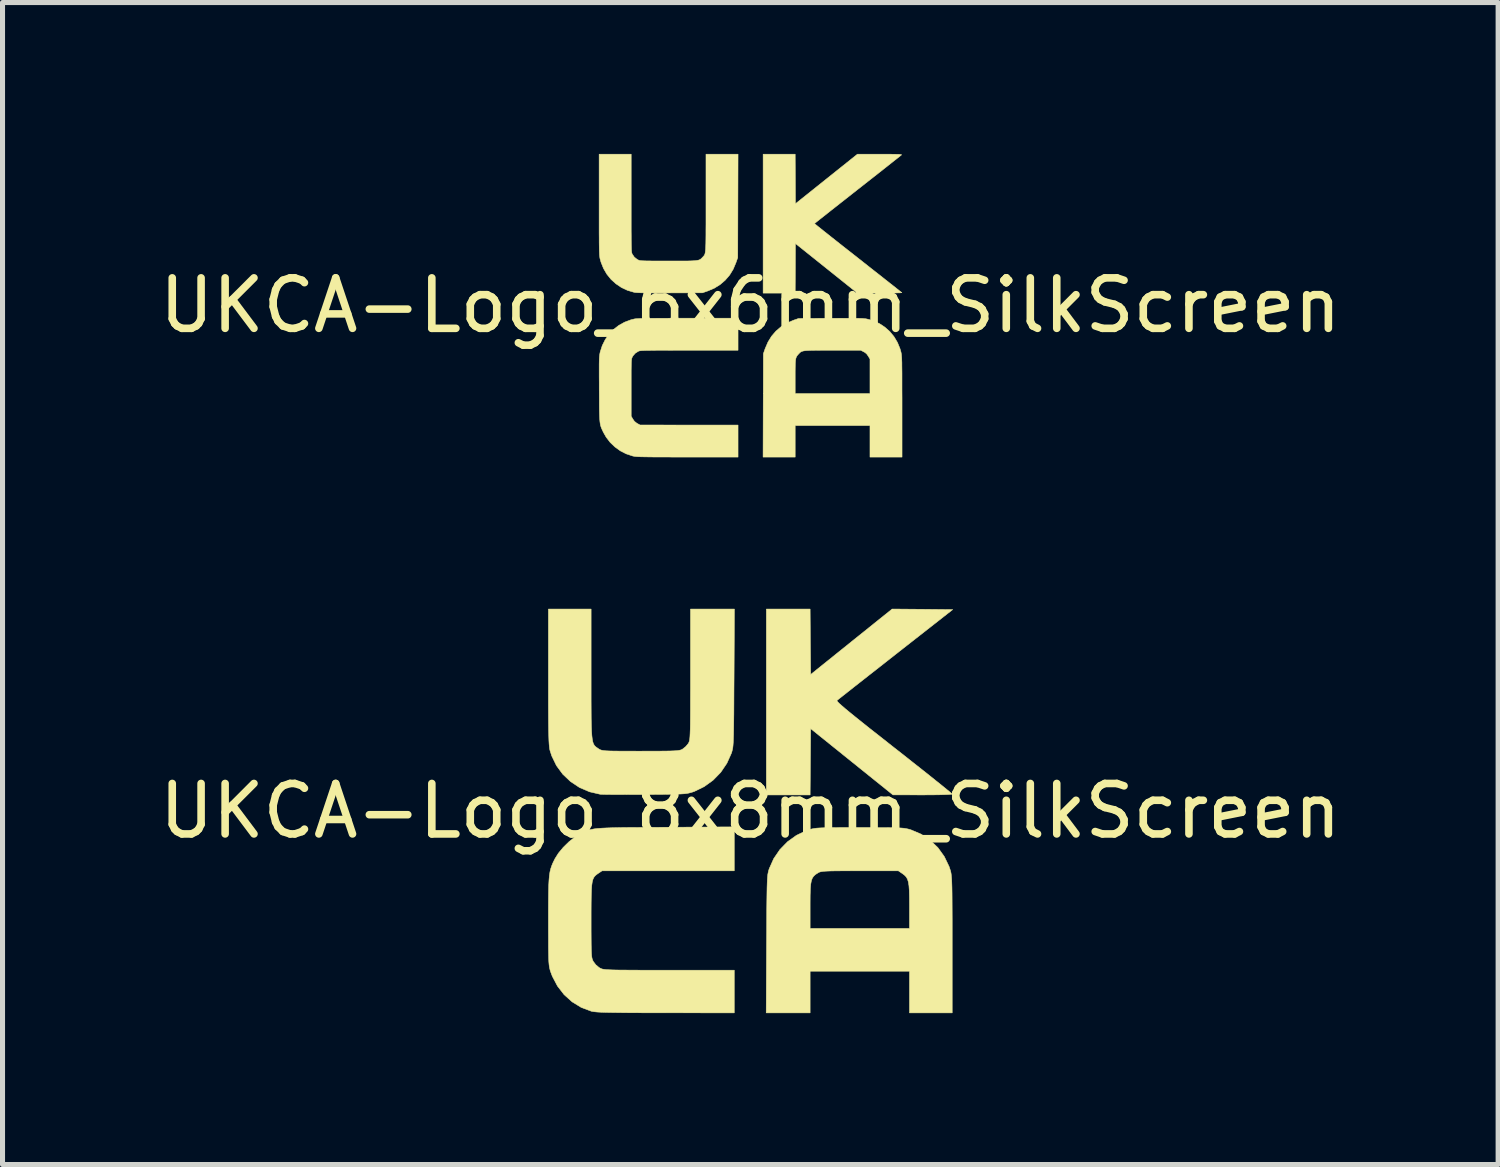
<source format=kicad_pcb>
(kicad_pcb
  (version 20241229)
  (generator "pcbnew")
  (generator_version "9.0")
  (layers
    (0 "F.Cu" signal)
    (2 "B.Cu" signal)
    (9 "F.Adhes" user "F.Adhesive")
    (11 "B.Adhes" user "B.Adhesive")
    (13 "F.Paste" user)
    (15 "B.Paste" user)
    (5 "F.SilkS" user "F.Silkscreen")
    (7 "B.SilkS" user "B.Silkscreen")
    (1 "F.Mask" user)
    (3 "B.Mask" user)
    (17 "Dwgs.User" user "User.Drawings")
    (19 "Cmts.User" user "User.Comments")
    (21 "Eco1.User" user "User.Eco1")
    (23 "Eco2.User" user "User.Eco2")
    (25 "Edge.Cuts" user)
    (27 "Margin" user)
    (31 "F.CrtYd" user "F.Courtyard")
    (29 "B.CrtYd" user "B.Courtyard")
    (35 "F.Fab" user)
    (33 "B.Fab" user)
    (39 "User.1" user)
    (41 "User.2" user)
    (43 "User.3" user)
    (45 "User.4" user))
  (footprint "UKCA-Logo_8x8mm_SilkScreen"
    (layer "F.Cu")
    (at 11.815 13.017)
    (property "Reference" "UKCA-Logo_8x8mm_SilkScreen" (at 0 0 0) (layer "F.SilkS") (effects (font (size 1 1) (thickness 0.15))))
    (attr board_only exclude_from_pos_files exclude_from_bom allow_missing_courtyard)
    (fp_poly (pts (xy 3.41 -3.996) (xy 4.01 -3.99) (xy 2.878 -3.103) (xy 2.686 -2.952) (xy 2.504 -2.809) (xy 2.334 -2.676) (xy 2.179 -2.554) (xy 2.041 -2.446) (xy 1.925 -2.354) (xy 1.831 -2.28) (xy 1.764 -2.227) (xy 1.726 -2.197) (xy 1.718 -2.19) (xy 1.718 -2.181) (xy 1.732 -2.162) (xy 1.762 -2.131) (xy 1.809 -2.089) (xy 1.875 -2.032) (xy 1.963 -1.959) (xy 2.075 -1.868) (xy 2.211 -1.759) (xy 2.375 -1.628) (xy 2.569 -1.476) (xy 2.793 -1.299) (xy 2.845 -1.258) (xy 3.038 -1.107) (xy 3.221 -0.962) (xy 3.391 -0.828) (xy 3.546 -0.705) (xy 3.682 -0.596) (xy 3.798 -0.503) (xy 3.89 -0.428) (xy 3.956 -0.374) (xy 3.993 -0.342) (xy 4 -0.334) (xy 3.98 -0.33) (xy 3.923 -0.326) (xy 3.834 -0.323) (xy 3.719 -0.32) (xy 3.583 -0.319) (xy 3.432 -0.318) (xy 3.413 -0.318) (xy 2.826 -0.319) (xy 2.011 -0.975) (xy 1.196 -1.631) (xy 1.185 -0.318) (xy 0.318 -0.318) (xy 0.318 -4) (xy 1.185 -4) (xy 1.19 -3.352) (xy 1.196 -2.704) (xy 2.003 -3.353) (xy 2.81 -4.001) (xy 3.41 -3.996)) (stroke (width 0.01) (type solid)) (fill yes) (layer "F.SilkS"))
    (fp_poly (pts (xy 2.385 0.328) (xy 2.562 0.329) (xy 2.706 0.329) (xy 2.822 0.331) (xy 2.913 0.334) (xy 2.984 0.337) (xy 3.04 0.342) (xy 3.085 0.349) (xy 3.124 0.357) (xy 3.161 0.367) (xy 3.186 0.375) (xy 3.384 0.459) (xy 3.562 0.578) (xy 3.717 0.727) (xy 3.844 0.904) (xy 3.939 1.102) (xy 3.966 1.184) (xy 3.973 1.212) (xy 3.979 1.246) (xy 3.984 1.291) (xy 3.989 1.349) (xy 3.992 1.423) (xy 3.995 1.518) (xy 3.997 1.635) (xy 3.998 1.779) (xy 3.999 1.953) (xy 4 2.159) (xy 4 2.402) (xy 4 2.65) (xy 4 4) (xy 3.154 4) (xy 3.154 3.175) (xy 1.185 3.175) (xy 1.185 4) (xy 0.315 4) (xy 0.322 2.641) (xy 0.324 2.367) (xy 0.324 2.328) (xy 1.185 2.328) (xy 3.154 2.328) (xy 3.154 1.882) (xy 3.153 1.714) (xy 3.15 1.582) (xy 3.143 1.481) (xy 3.131 1.405) (xy 3.113 1.349) (xy 3.088 1.306) (xy 3.054 1.271) (xy 3.009 1.237) (xy 3.008 1.237) (xy 2.932 1.185) (xy 2.17 1.185) (xy 1.969 1.186) (xy 1.807 1.186) (xy 1.678 1.187) (xy 1.577 1.189) (xy 1.502 1.192) (xy 1.446 1.196) (xy 1.406 1.202) (xy 1.377 1.209) (xy 1.355 1.218) (xy 1.339 1.228) (xy 1.292 1.258) (xy 1.256 1.291) (xy 1.229 1.33) (xy 1.21 1.382) (xy 1.197 1.452) (xy 1.19 1.546) (xy 1.186 1.671) (xy 1.185 1.83) (xy 1.185 1.868) (xy 1.185 2.328) (xy 0.324 2.328) (xy 0.325 2.132) (xy 0.326 1.933) (xy 0.328 1.767) (xy 0.33 1.629) (xy 0.332 1.516) (xy 0.335 1.426) (xy 0.338 1.355) (xy 0.342 1.299) (xy 0.347 1.254) (xy 0.354 1.219) (xy 0.361 1.189) (xy 0.369 1.161) (xy 0.376 1.141) (xy 0.464 0.944) (xy 0.586 0.765) (xy 0.737 0.61) (xy 0.912 0.484) (xy 1.105 0.391) (xy 1.153 0.375) (xy 1.191 0.363) (xy 1.228 0.354) (xy 1.269 0.346) (xy 1.317 0.34) (xy 1.378 0.336) (xy 1.455 0.333) (xy 1.554 0.33) (xy 1.679 0.329) (xy 1.834 0.328) (xy 2.024 0.328) (xy 2.17 0.328) (xy 2.385 0.328)) (stroke (width 0.01) (type solid)) (fill yes) (layer "F.SilkS"))
    (fp_poly (pts (xy -0.318 1.185) (xy -2.936 1.185) (xy -3.008 1.233) (xy -3.045 1.259) (xy -3.074 1.284) (xy -3.098 1.314) (xy -3.117 1.353) (xy -3.131 1.405) (xy -3.141 1.474) (xy -3.147 1.565) (xy -3.151 1.683) (xy -3.153 1.831) (xy -3.154 2.013) (xy -3.154 2.167) (xy -3.154 2.363) (xy -3.153 2.522) (xy -3.152 2.648) (xy -3.15 2.745) (xy -3.147 2.819) (xy -3.143 2.873) (xy -3.137 2.912) (xy -3.129 2.941) (xy -3.119 2.965) (xy -3.109 2.984) (xy -3.06 3.048) (xy -2.996 3.102) (xy -2.984 3.109) (xy -2.967 3.118) (xy -2.949 3.126) (xy -2.926 3.133) (xy -2.895 3.138) (xy -2.853 3.143) (xy -2.797 3.146) (xy -2.722 3.149) (xy -2.627 3.151) (xy -2.507 3.152) (xy -2.359 3.153) (xy -2.18 3.154) (xy -1.967 3.154) (xy -1.716 3.154) (xy -1.611 3.154) (xy -0.318 3.154) (xy -0.318 4) (xy -1.677 3.999) (xy -1.961 3.999) (xy -2.206 3.998) (xy -2.415 3.997) (xy -2.59 3.995) (xy -2.735 3.993) (xy -2.854 3.991) (xy -2.949 3.988) (xy -3.023 3.984) (xy -3.079 3.979) (xy -3.121 3.973) (xy -3.151 3.967) (xy -3.151 3.967) (xy -3.35 3.892) (xy -3.53 3.782) (xy -3.689 3.639) (xy -3.821 3.468) (xy -3.923 3.274) (xy -3.952 3.197) (xy -3.964 3.162) (xy -3.973 3.127) (xy -3.981 3.089) (xy -3.987 3.043) (xy -3.992 2.985) (xy -3.995 2.91) (xy -3.997 2.813) (xy -3.999 2.691) (xy -3.999 2.539) (xy -4 2.352) (xy -4 2.19) (xy -4 1.959) (xy -3.999 1.766) (xy -3.997 1.606) (xy -3.994 1.474) (xy -3.988 1.367) (xy -3.98 1.279) (xy -3.969 1.206) (xy -3.954 1.144) (xy -3.935 1.087) (xy -3.912 1.031) (xy -3.883 0.972) (xy -3.871 0.947) (xy -3.802 0.837) (xy -3.706 0.721) (xy -3.594 0.611) (xy -3.479 0.519) (xy -3.379 0.459) (xy -3.328 0.434) (xy -3.283 0.412) (xy -3.24 0.394) (xy -3.197 0.378) (xy -3.149 0.366) (xy -3.094 0.355) (xy -3.028 0.347) (xy -2.946 0.341) (xy -2.847 0.336) (xy -2.726 0.332) (xy -2.58 0.329) (xy -2.405 0.327) (xy -2.198 0.326) (xy -1.956 0.324) (xy -1.688 0.323) (xy -0.318 0.315) (xy -0.318 1.185)) (stroke (width 0.01) (type solid)) (fill yes) (layer "F.SilkS"))
    (fp_poly (pts (xy -3.154 -2.715) (xy -3.154 -2.439) (xy -3.154 -2.202) (xy -3.153 -2.002) (xy -3.152 -1.834) (xy -3.149 -1.695) (xy -3.145 -1.583) (xy -3.139 -1.494) (xy -3.131 -1.425) (xy -3.121 -1.372) (xy -3.108 -1.332) (xy -3.092 -1.303) (xy -3.073 -1.281) (xy -3.05 -1.262) (xy -3.023 -1.244) (xy -3.008 -1.233) (xy -2.988 -1.221) (xy -2.968 -1.211) (xy -2.942 -1.203) (xy -2.907 -1.197) (xy -2.858 -1.192) (xy -2.79 -1.189) (xy -2.699 -1.187) (xy -2.581 -1.186) (xy -2.43 -1.186) (xy -2.244 -1.185) (xy -2.172 -1.185) (xy -1.971 -1.186) (xy -1.808 -1.186) (xy -1.679 -1.187) (xy -1.578 -1.189) (xy -1.502 -1.192) (xy -1.447 -1.196) (xy -1.406 -1.202) (xy -1.377 -1.209) (xy -1.355 -1.218) (xy -1.339 -1.228) (xy -1.279 -1.276) (xy -1.229 -1.336) (xy -1.228 -1.339) (xy -1.219 -1.354) (xy -1.212 -1.372) (xy -1.205 -1.395) (xy -1.2 -1.428) (xy -1.196 -1.473) (xy -1.193 -1.533) (xy -1.19 -1.613) (xy -1.188 -1.714) (xy -1.187 -1.842) (xy -1.186 -1.997) (xy -1.186 -2.185) (xy -1.185 -2.409) (xy -1.185 -2.671) (xy -1.185 -2.704) (xy -1.185 -4) (xy -0.315 -4) (xy -0.322 -2.641) (xy -0.324 -2.367) (xy -0.325 -2.132) (xy -0.326 -1.933) (xy -0.328 -1.767) (xy -0.33 -1.629) (xy -0.332 -1.516) (xy -0.335 -1.426) (xy -0.338 -1.355) (xy -0.342 -1.299) (xy -0.347 -1.254) (xy -0.354 -1.219) (xy -0.361 -1.189) (xy -0.369 -1.161) (xy -0.376 -1.141) (xy -0.464 -0.945) (xy -0.586 -0.765) (xy -0.738 -0.609) (xy -0.914 -0.482) (xy -1.107 -0.388) (xy -1.141 -0.376) (xy -1.179 -0.365) (xy -1.216 -0.355) (xy -1.257 -0.347) (xy -1.307 -0.341) (xy -1.371 -0.337) (xy -1.453 -0.333) (xy -1.558 -0.331) (xy -1.69 -0.329) (xy -1.855 -0.328) (xy -2.057 -0.326) (xy -2.095 -0.326) (xy -2.28 -0.326) (xy -2.453 -0.325) (xy -2.609 -0.326) (xy -2.744 -0.326) (xy -2.853 -0.327) (xy -2.931 -0.329) (xy -2.971 -0.331) (xy -2.974 -0.331) (xy -3.186 -0.38) (xy -3.384 -0.465) (xy -3.562 -0.583) (xy -3.716 -0.729) (xy -3.841 -0.899) (xy -3.934 -1.091) (xy -3.969 -1.2) (xy -3.976 -1.231) (xy -3.981 -1.272) (xy -3.986 -1.327) (xy -3.99 -1.397) (xy -3.993 -1.487) (xy -3.996 -1.6) (xy -3.998 -1.739) (xy -3.999 -1.907) (xy -4 -2.107) (xy -4 -2.343) (xy -4 -2.617) (xy -4 -2.661) (xy -4 -4) (xy -3.154 -4) (xy -3.154 -2.715)) (stroke (width 0.01) (type solid)) (fill yes) (layer "F.SilkS")))
  (footprint "UKCA-Logo_6x6mm_SilkScreen"
    (layer "F.Cu")
    (at 11.815 3)
    (property "Reference" "UKCA-Logo_6x6mm_SilkScreen" (at 0 0 0) (layer "F.SilkS") (effects (font (size 1 1) (thickness 0.15))))
    (attr exclude_from_pos_files exclude_from_bom)
    (fp_poly (pts (xy 0.892 -2.504) (xy 0.894 -2.013) (xy 2.122 -2.995) (xy 2.566 -2.995) (xy 2.676 -2.995) (xy 2.766 -2.995) (xy 2.838 -2.994) (xy 2.895 -2.993) (xy 2.937 -2.992) (xy 2.966 -2.991) (xy 2.985 -2.988) (xy 2.994 -2.986) (xy 2.996 -2.982) (xy 2.995 -2.98) (xy 2.984 -2.972) (xy 2.959 -2.951) (xy 2.918 -2.919) (xy 2.865 -2.877) (xy 2.799 -2.825) (xy 2.722 -2.764) (xy 2.636 -2.696) (xy 2.541 -2.621) (xy 2.438 -2.54) (xy 2.328 -2.454) (xy 2.214 -2.364) (xy 2.127 -2.296) (xy 2.01 -2.204) (xy 1.897 -2.115) (xy 1.79 -2.031) (xy 1.69 -1.952) (xy 1.598 -1.88) (xy 1.515 -1.814) (xy 1.443 -1.757) (xy 1.381 -1.708) (xy 1.333 -1.67) (xy 1.298 -1.642) (xy 1.278 -1.625) (xy 1.273 -1.621) (xy 1.281 -1.613) (xy 1.304 -1.594) (xy 1.342 -1.563) (xy 1.394 -1.522) (xy 1.457 -1.471) (xy 1.532 -1.412) (xy 1.617 -1.344) (xy 1.711 -1.27) (xy 1.813 -1.189) (xy 1.921 -1.104) (xy 2.036 -1.014) (xy 2.134 -0.937) (xy 2.252 -0.844) (xy 2.366 -0.754) (xy 2.474 -0.669) (xy 2.575 -0.59) (xy 2.668 -0.516) (xy 2.752 -0.45) (xy 2.826 -0.392) (xy 2.888 -0.343) (xy 2.938 -0.303) (xy 2.974 -0.274) (xy 2.996 -0.257) (xy 3.002 -0.251) (xy 2.993 -0.25) (xy 2.965 -0.248) (xy 2.92 -0.247) (xy 2.86 -0.245) (xy 2.788 -0.245) (xy 2.705 -0.244) (xy 2.614 -0.243) (xy 2.564 -0.243) (xy 2.122 -0.243) (xy 0.894 -1.226) (xy 0.892 -0.734) (xy 0.889 -0.243) (xy 0.254 -0.243) (xy 0.254 -2.995) (xy 0.889 -2.995) (xy 0.892 -2.504)) (stroke (width 0.01) (type solid)) (fill yes) (layer "F.SilkS"))
    (fp_poly (pts (xy 2.024 0.255) (xy 2.092 0.256) (xy 2.148 0.257) (xy 2.194 0.258) (xy 2.23 0.26) (xy 2.26 0.263) (xy 2.284 0.265) (xy 2.305 0.269) (xy 2.311 0.27) (xy 2.439 0.306) (xy 2.558 0.361) (xy 2.667 0.433) (xy 2.764 0.519) (xy 2.847 0.62) (xy 2.914 0.732) (xy 2.965 0.855) (xy 2.985 0.924) (xy 2.988 0.939) (xy 2.991 0.955) (xy 2.994 0.973) (xy 2.996 0.993) (xy 2.998 1.019) (xy 3 1.05) (xy 3.001 1.089) (xy 3.003 1.137) (xy 3.003 1.194) (xy 3.004 1.263) (xy 3.005 1.345) (xy 3.005 1.441) (xy 3.005 1.553) (xy 3.005 1.682) (xy 3.006 1.829) (xy 3.006 1.995) (xy 3.006 2.008) (xy 3.006 3.006) (xy 2.371 3.006) (xy 2.371 2.381) (xy 0.889 2.381) (xy 0.889 3.006) (xy 0.253 3.006) (xy 0.256 1.982) (xy 0.258 1.407) (xy 0.889 1.407) (xy 0.889 1.746) (xy 2.371 1.746) (xy 2.371 1.063) (xy 2.336 1.005) (xy 2.307 0.964) (xy 2.274 0.935) (xy 2.245 0.919) (xy 2.188 0.889) (xy 1.631 0.889) (xy 1.503 0.889) (xy 1.394 0.889) (xy 1.303 0.89) (xy 1.228 0.891) (xy 1.167 0.893) (xy 1.117 0.895) (xy 1.079 0.899) (xy 1.048 0.904) (xy 1.025 0.911) (xy 1.006 0.919) (xy 0.991 0.929) (xy 0.977 0.942) (xy 0.963 0.957) (xy 0.956 0.964) (xy 0.938 0.984) (xy 0.924 1.002) (xy 0.913 1.022) (xy 0.904 1.045) (xy 0.898 1.075) (xy 0.894 1.114) (xy 0.891 1.164) (xy 0.89 1.228) (xy 0.889 1.308) (xy 0.889 1.407) (xy 0.258 1.407) (xy 0.259 0.958) (xy 0.294 0.857) (xy 0.35 0.727) (xy 0.421 0.611) (xy 0.509 0.509) (xy 0.611 0.422) (xy 0.727 0.35) (xy 0.857 0.294) (xy 0.857 0.294) (xy 0.958 0.259) (xy 1.593 0.256) (xy 1.728 0.256) (xy 1.844 0.255) (xy 1.942 0.255) (xy 2.024 0.255)) (stroke (width 0.01) (type solid)) (fill yes) (layer "F.SilkS"))
    (fp_poly (pts (xy -2.36 -2.026) (xy -2.36 -1.861) (xy -2.36 -1.716) (xy -2.36 -1.589) (xy -2.36 -1.48) (xy -2.359 -1.386) (xy -2.359 -1.307) (xy -2.358 -1.241) (xy -2.357 -1.186) (xy -2.356 -1.143) (xy -2.355 -1.108) (xy -2.353 -1.081) (xy -2.351 -1.061) (xy -2.349 -1.046) (xy -2.346 -1.034) (xy -2.343 -1.025) (xy -2.34 -1.018) (xy -2.338 -1.014) (xy -2.297 -0.955) (xy -2.243 -0.912) (xy -2.217 -0.898) (xy -2.207 -0.894) (xy -2.194 -0.89) (xy -2.178 -0.887) (xy -2.157 -0.885) (xy -2.128 -0.883) (xy -2.089 -0.882) (xy -2.04 -0.88) (xy -1.978 -0.88) (xy -1.902 -0.879) (xy -1.809 -0.879) (xy -1.698 -0.879) (xy -1.619 -0.879) (xy -1.491 -0.879) (xy -1.383 -0.879) (xy -1.292 -0.879) (xy -1.217 -0.88) (xy -1.155 -0.882) (xy -1.106 -0.885) (xy -1.068 -0.889) (xy -1.037 -0.894) (xy -1.014 -0.9) (xy -0.996 -0.909) (xy -0.98 -0.919) (xy -0.967 -0.931) (xy -0.952 -0.946) (xy -0.945 -0.954) (xy -0.934 -0.965) (xy -0.924 -0.976) (xy -0.916 -0.986) (xy -0.908 -0.998) (xy -0.902 -1.012) (xy -0.896 -1.031) (xy -0.892 -1.056) (xy -0.888 -1.087) (xy -0.885 -1.126) (xy -0.883 -1.174) (xy -0.881 -1.234) (xy -0.88 -1.305) (xy -0.879 -1.39) (xy -0.879 -1.49) (xy -0.878 -1.605) (xy -0.878 -1.738) (xy -0.878 -1.89) (xy -0.878 -2.032) (xy -0.878 -2.995) (xy -0.243 -2.995) (xy -0.246 -1.971) (xy -0.249 -0.947) (xy -0.284 -0.847) (xy -0.339 -0.716) (xy -0.41 -0.6) (xy -0.497 -0.499) (xy -0.598 -0.412) (xy -0.714 -0.34) (xy -0.845 -0.284) (xy -0.847 -0.284) (xy -0.947 -0.249) (xy -1.593 -0.247) (xy -1.732 -0.246) (xy -1.852 -0.246) (xy -1.954 -0.246) (xy -2.04 -0.247) (xy -2.111 -0.248) (xy -2.168 -0.249) (xy -2.214 -0.251) (xy -2.25 -0.253) (xy -2.278 -0.255) (xy -2.299 -0.258) (xy -2.306 -0.26) (xy -2.435 -0.298) (xy -2.555 -0.355) (xy -2.664 -0.429) (xy -2.761 -0.517) (xy -2.843 -0.619) (xy -2.909 -0.733) (xy -2.958 -0.856) (xy -2.974 -0.913) (xy -2.978 -0.928) (xy -2.981 -0.944) (xy -2.983 -0.962) (xy -2.986 -0.983) (xy -2.988 -1.008) (xy -2.989 -1.04) (xy -2.991 -1.079) (xy -2.992 -1.126) (xy -2.993 -1.184) (xy -2.994 -1.253) (xy -2.994 -1.335) (xy -2.995 -1.431) (xy -2.995 -1.543) (xy -2.995 -1.671) (xy -2.995 -1.818) (xy -2.995 -1.985) (xy -2.995 -1.998) (xy -2.995 -2.995) (xy -2.36 -2.995) (xy -2.36 -2.026)) (stroke (width 0.01) (type solid)) (fill yes) (layer "F.SilkS"))
    (fp_poly (pts (xy -0.243 0.889) (xy -1.209 0.889) (xy -1.374 0.889) (xy -1.52 0.889) (xy -1.647 0.89) (xy -1.756 0.89) (xy -1.85 0.89) (xy -1.93 0.891) (xy -1.996 0.892) (xy -2.05 0.892) (xy -2.094 0.894) (xy -2.129 0.895) (xy -2.156 0.897) (xy -2.176 0.899) (xy -2.192 0.901) (xy -2.203 0.904) (xy -2.212 0.907) (xy -2.217 0.909) (xy -2.278 0.947) (xy -2.324 1) (xy -2.338 1.025) (xy -2.343 1.035) (xy -2.347 1.046) (xy -2.35 1.059) (xy -2.353 1.076) (xy -2.355 1.1) (xy -2.357 1.132) (xy -2.358 1.173) (xy -2.359 1.226) (xy -2.36 1.292) (xy -2.36 1.373) (xy -2.36 1.471) (xy -2.36 1.588) (xy -2.36 1.632) (xy -2.36 2.196) (xy -2.328 2.251) (xy -2.296 2.297) (xy -2.254 2.331) (xy -2.241 2.339) (xy -2.185 2.37) (xy -1.214 2.371) (xy -0.243 2.371) (xy -0.243 3.006) (xy -1.246 3.005) (xy -1.415 3.005) (xy -1.564 3.005) (xy -1.694 3.004) (xy -1.807 3.004) (xy -1.905 3.004) (xy -1.988 3.003) (xy -2.058 3.002) (xy -2.117 3.001) (xy -2.166 3) (xy -2.205 2.999) (xy -2.237 2.997) (xy -2.263 2.995) (xy -2.284 2.993) (xy -2.302 2.99) (xy -2.317 2.987) (xy -2.332 2.984) (xy -2.334 2.983) (xy -2.458 2.942) (xy -2.574 2.883) (xy -2.681 2.806) (xy -2.776 2.715) (xy -2.856 2.611) (xy -2.911 2.514) (xy -2.926 2.482) (xy -2.939 2.454) (xy -2.951 2.427) (xy -2.96 2.401) (xy -2.968 2.373) (xy -2.974 2.342) (xy -2.979 2.305) (xy -2.983 2.261) (xy -2.986 2.207) (xy -2.988 2.143) (xy -2.99 2.066) (xy -2.991 1.975) (xy -2.991 1.867) (xy -2.992 1.741) (xy -2.993 1.659) (xy -2.993 1.526) (xy -2.994 1.412) (xy -2.994 1.316) (xy -2.994 1.236) (xy -2.994 1.169) (xy -2.993 1.115) (xy -2.992 1.071) (xy -2.99 1.035) (xy -2.988 1.007) (xy -2.985 0.983) (xy -2.982 0.962) (xy -2.978 0.943) (xy -2.974 0.923) (xy -2.933 0.796) (xy -2.874 0.678) (xy -2.799 0.571) (xy -2.709 0.477) (xy -2.606 0.397) (xy -2.491 0.333) (xy -2.366 0.286) (xy -2.301 0.27) (xy -2.286 0.267) (xy -2.266 0.265) (xy -2.239 0.263) (xy -2.206 0.261) (xy -2.163 0.259) (xy -2.111 0.258) (xy -2.047 0.257) (xy -1.971 0.256) (xy -1.881 0.256) (xy -1.776 0.255) (xy -1.655 0.255) (xy -1.516 0.254) (xy -1.358 0.254) (xy -1.236 0.254) (xy -0.243 0.254) (xy -0.243 0.889)) (stroke (width 0.01) (type solid)) (fill yes) (layer "F.SilkS")))
  (gr_rect
    (start -3 -3)
    (end 26.631 20.022)
    (stroke (width 0.1) (type default))
    (fill no)
    (layer "Edge.Cuts")))
</source>
